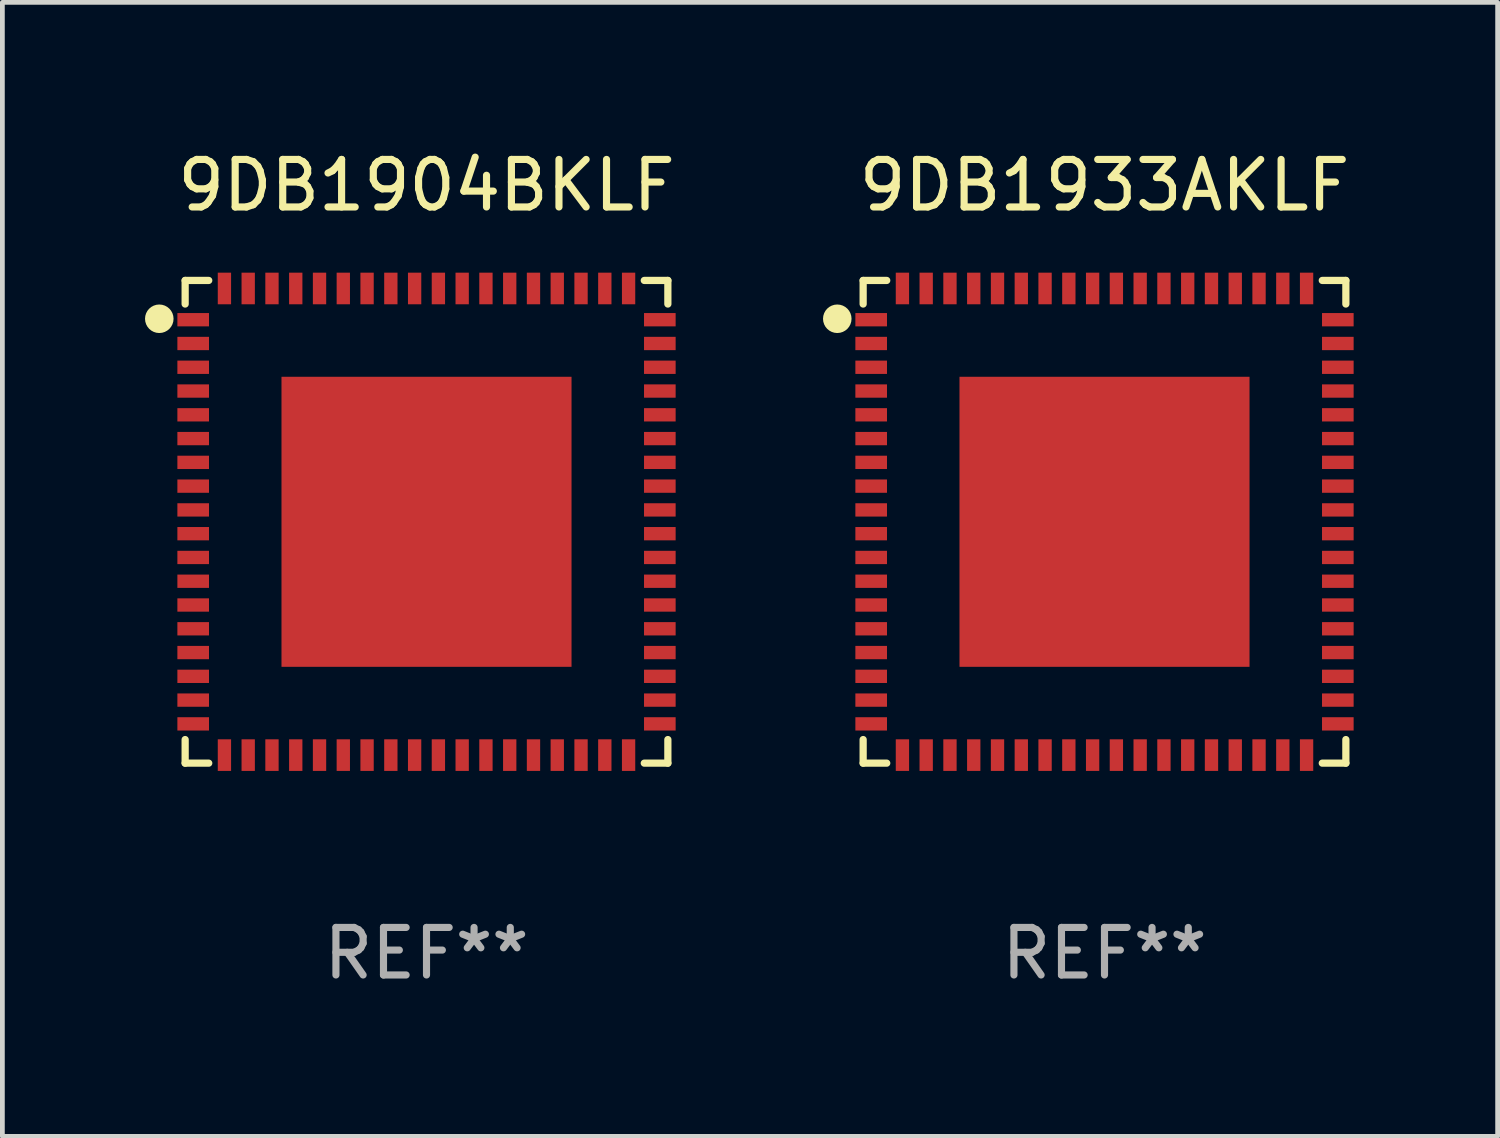
<source format=kicad_pcb>
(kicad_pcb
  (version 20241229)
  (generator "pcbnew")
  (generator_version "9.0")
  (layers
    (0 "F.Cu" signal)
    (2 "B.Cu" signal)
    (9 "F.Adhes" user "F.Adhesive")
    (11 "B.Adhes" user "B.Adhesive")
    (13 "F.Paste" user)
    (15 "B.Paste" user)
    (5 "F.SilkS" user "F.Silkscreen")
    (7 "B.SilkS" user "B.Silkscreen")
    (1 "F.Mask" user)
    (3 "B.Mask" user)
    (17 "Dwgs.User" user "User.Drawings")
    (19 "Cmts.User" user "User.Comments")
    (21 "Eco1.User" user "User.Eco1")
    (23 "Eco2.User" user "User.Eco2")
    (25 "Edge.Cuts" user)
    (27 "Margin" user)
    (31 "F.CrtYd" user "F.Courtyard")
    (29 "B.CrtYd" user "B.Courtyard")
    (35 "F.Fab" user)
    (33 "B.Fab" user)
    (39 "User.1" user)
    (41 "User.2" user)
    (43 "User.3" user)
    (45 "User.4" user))
  (footprint "9DB1933AKLF"
    (layer "F.Cu")
    (at 20.179 7.924)
    (property "Reference" "9DB1933AKLF" (at 0 -7.076 0) (layer "F.SilkS") (effects (font (size 1 1) (thickness 0.15))))
    (attr through_hole)
    (fp_line (start -5.076 -5.076) (end -5.076 -4.58) (stroke (width 0.152) (type solid)) (layer "F.SilkS"))
    (fp_line (start -5.076 5.076) (end -5.076 4.58) (stroke (width 0.152) (type solid)) (layer "F.SilkS"))
    (fp_line (start -4.58 -5.076) (end -5.076 -5.076) (stroke (width 0.152) (type solid)) (layer "F.SilkS"))
    (fp_line (start -4.58 5.076) (end -5.076 5.076) (stroke (width 0.152) (type solid)) (layer "F.SilkS"))
    (fp_line (start 4.58 -5.076) (end 5.076 -5.076) (stroke (width 0.152) (type solid)) (layer "F.SilkS"))
    (fp_line (start 4.58 5.076) (end 5.076 5.076) (stroke (width 0.152) (type solid)) (layer "F.SilkS"))
    (fp_line (start 5.076 -5.076) (end 5.076 -4.58) (stroke (width 0.152) (type solid)) (layer "F.SilkS"))
    (fp_line (start 5.076 5.076) (end 5.076 4.58) (stroke (width 0.152) (type solid)) (layer "F.SilkS"))
    (fp_circle (center -5.62 -4.27) (end -5.47 -4.27) (stroke (width 0.3) (type solid)) (fill no) (layer "F.SilkS"))
    (fp_text user "REF**" (at 0 9.076 0) (layer "F.Fab") (effects (font (size 1 1) (thickness 0.15))))
    (pad "1" smd rect (at -4.907 -4.25 270) (size 0.28 0.665) (layers "F.Cu" "F.Mask" "F.Paste"))
    (pad "2" smd rect (at -4.907 -3.75 270) (size 0.28 0.665) (layers "F.Cu" "F.Mask" "F.Paste"))
    (pad "3" smd rect (at -4.907 -3.25 270) (size 0.28 0.665) (layers "F.Cu" "F.Mask" "F.Paste"))
    (pad "4" smd rect (at -4.907 -2.75 270) (size 0.28 0.665) (layers "F.Cu" "F.Mask" "F.Paste"))
    (pad "5" smd rect (at -4.907 -2.25 270) (size 0.28 0.665) (layers "F.Cu" "F.Mask" "F.Paste"))
    (pad "6" smd rect (at -4.907 -1.75 270) (size 0.28 0.665) (layers "F.Cu" "F.Mask" "F.Paste"))
    (pad "7" smd rect (at -4.907 -1.25 270) (size 0.28 0.665) (layers "F.Cu" "F.Mask" "F.Paste"))
    (pad "8" smd rect (at -4.907 -0.75 270) (size 0.28 0.665) (layers "F.Cu" "F.Mask" "F.Paste"))
    (pad "9" smd rect (at -4.907 -0.25 270) (size 0.28 0.665) (layers "F.Cu" "F.Mask" "F.Paste"))
    (pad "10" smd rect (at -4.907 0.25 270) (size 0.28 0.665) (layers "F.Cu" "F.Mask" "F.Paste"))
    (pad "11" smd rect (at -4.907 0.75 270) (size 0.28 0.665) (layers "F.Cu" "F.Mask" "F.Paste"))
    (pad "12" smd rect (at -4.907 1.25 270) (size 0.28 0.665) (layers "F.Cu" "F.Mask" "F.Paste"))
    (pad "13" smd rect (at -4.907 1.75 270) (size 0.28 0.665) (layers "F.Cu" "F.Mask" "F.Paste"))
    (pad "14" smd rect (at -4.907 2.25 270) (size 0.28 0.665) (layers "F.Cu" "F.Mask" "F.Paste"))
    (pad "15" smd rect (at -4.907 2.75 270) (size 0.28 0.665) (layers "F.Cu" "F.Mask" "F.Paste"))
    (pad "16" smd rect (at -4.907 3.25 270) (size 0.28 0.665) (layers "F.Cu" "F.Mask" "F.Paste"))
    (pad "17" smd rect (at -4.907 3.75 270) (size 0.28 0.665) (layers "F.Cu" "F.Mask" "F.Paste"))
    (pad "18" smd rect (at -4.907 4.25 270) (size 0.28 0.665) (layers "F.Cu" "F.Mask" "F.Paste"))
    (pad "19" smd rect (at -4.25 4.907 270) (size 0.665 0.28) (layers "F.Cu" "F.Mask" "F.Paste"))
    (pad "20" smd rect (at -3.75 4.907 270) (size 0.665 0.28) (layers "F.Cu" "F.Mask" "F.Paste"))
    (pad "21" smd rect (at -3.25 4.907 270) (size 0.665 0.28) (layers "F.Cu" "F.Mask" "F.Paste"))
    (pad "22" smd rect (at -2.75 4.907 270) (size 0.665 0.28) (layers "F.Cu" "F.Mask" "F.Paste"))
    (pad "23" smd rect (at -2.25 4.907 270) (size 0.665 0.28) (layers "F.Cu" "F.Mask" "F.Paste"))
    (pad "24" smd rect (at -1.75 4.907 270) (size 0.665 0.28) (layers "F.Cu" "F.Mask" "F.Paste"))
    (pad "25" smd rect (at -1.25 4.907 270) (size 0.665 0.28) (layers "F.Cu" "F.Mask" "F.Paste"))
    (pad "26" smd rect (at -0.75 4.907 270) (size 0.665 0.28) (layers "F.Cu" "F.Mask" "F.Paste"))
    (pad "27" smd rect (at -0.25 4.907 270) (size 0.665 0.28) (layers "F.Cu" "F.Mask" "F.Paste"))
    (pad "28" smd rect (at 0.25 4.907 270) (size 0.665 0.28) (layers "F.Cu" "F.Mask" "F.Paste"))
    (pad "29" smd rect (at 0.75 4.907 270) (size 0.665 0.28) (layers "F.Cu" "F.Mask" "F.Paste"))
    (pad "30" smd rect (at 1.25 4.907 270) (size 0.665 0.28) (layers "F.Cu" "F.Mask" "F.Paste"))
    (pad "31" smd rect (at 1.75 4.907 270) (size 0.665 0.28) (layers "F.Cu" "F.Mask" "F.Paste"))
    (pad "32" smd rect (at 2.25 4.907 270) (size 0.665 0.28) (layers "F.Cu" "F.Mask" "F.Paste"))
    (pad "33" smd rect (at 2.75 4.907 270) (size 0.665 0.28) (layers "F.Cu" "F.Mask" "F.Paste"))
    (pad "34" smd rect (at 3.25 4.907 270) (size 0.665 0.28) (layers "F.Cu" "F.Mask" "F.Paste"))
    (pad "35" smd rect (at 3.75 4.907 270) (size 0.665 0.28) (layers "F.Cu" "F.Mask" "F.Paste"))
    (pad "36" smd rect (at 4.25 4.907 270) (size 0.665 0.28) (layers "F.Cu" "F.Mask" "F.Paste"))
    (pad "37" smd rect (at 4.907 4.25 270) (size 0.28 0.665) (layers "F.Cu" "F.Mask" "F.Paste"))
    (pad "38" smd rect (at 4.907 3.75 270) (size 0.28 0.665) (layers "F.Cu" "F.Mask" "F.Paste"))
    (pad "39" smd rect (at 4.907 3.25 270) (size 0.28 0.665) (layers "F.Cu" "F.Mask" "F.Paste"))
    (pad "40" smd rect (at 4.907 2.75 270) (size 0.28 0.665) (layers "F.Cu" "F.Mask" "F.Paste"))
    (pad "41" smd rect (at 4.907 2.25 270) (size 0.28 0.665) (layers "F.Cu" "F.Mask" "F.Paste"))
    (pad "42" smd rect (at 4.907 1.75 270) (size 0.28 0.665) (layers "F.Cu" "F.Mask" "F.Paste"))
    (pad "43" smd rect (at 4.907 1.25 270) (size 0.28 0.665) (layers "F.Cu" "F.Mask" "F.Paste"))
    (pad "44" smd rect (at 4.907 0.75 270) (size 0.28 0.665) (layers "F.Cu" "F.Mask" "F.Paste"))
    (pad "45" smd rect (at 4.907 0.25 270) (size 0.28 0.665) (layers "F.Cu" "F.Mask" "F.Paste"))
    (pad "46" smd rect (at 4.907 -0.25 270) (size 0.28 0.665) (layers "F.Cu" "F.Mask" "F.Paste"))
    (pad "47" smd rect (at 4.907 -0.75 270) (size 0.28 0.665) (layers "F.Cu" "F.Mask" "F.Paste"))
    (pad "48" smd rect (at 4.907 -1.25 270) (size 0.28 0.665) (layers "F.Cu" "F.Mask" "F.Paste"))
    (pad "49" smd rect (at 4.907 -1.75 270) (size 0.28 0.665) (layers "F.Cu" "F.Mask" "F.Paste"))
    (pad "50" smd rect (at 4.907 -2.25 270) (size 0.28 0.665) (layers "F.Cu" "F.Mask" "F.Paste"))
    (pad "51" smd rect (at 4.907 -2.75 270) (size 0.28 0.665) (layers "F.Cu" "F.Mask" "F.Paste"))
    (pad "52" smd rect (at 4.907 -3.25 270) (size 0.28 0.665) (layers "F.Cu" "F.Mask" "F.Paste"))
    (pad "53" smd rect (at 4.907 -3.75 270) (size 0.28 0.665) (layers "F.Cu" "F.Mask" "F.Paste"))
    (pad "54" smd rect (at 4.907 -4.25 270) (size 0.28 0.665) (layers "F.Cu" "F.Mask" "F.Paste"))
    (pad "55" smd rect (at 4.25 -4.907 270) (size 0.665 0.28) (layers "F.Cu" "F.Mask" "F.Paste"))
    (pad "56" smd rect (at 3.75 -4.907 270) (size 0.665 0.28) (layers "F.Cu" "F.Mask" "F.Paste"))
    (pad "57" smd rect (at 3.25 -4.907 270) (size 0.665 0.28) (layers "F.Cu" "F.Mask" "F.Paste"))
    (pad "58" smd rect (at 2.75 -4.907 270) (size 0.665 0.28) (layers "F.Cu" "F.Mask" "F.Paste"))
    (pad "59" smd rect (at 2.25 -4.907 270) (size 0.665 0.28) (layers "F.Cu" "F.Mask" "F.Paste"))
    (pad "60" smd rect (at 1.75 -4.907 270) (size 0.665 0.28) (layers "F.Cu" "F.Mask" "F.Paste"))
    (pad "61" smd rect (at 1.25 -4.907 270) (size 0.665 0.28) (layers "F.Cu" "F.Mask" "F.Paste"))
    (pad "62" smd rect (at 0.75 -4.907 270) (size 0.665 0.28) (layers "F.Cu" "F.Mask" "F.Paste"))
    (pad "63" smd rect (at 0.25 -4.907 270) (size 0.665 0.28) (layers "F.Cu" "F.Mask" "F.Paste"))
    (pad "64" smd rect (at -0.25 -4.907 270) (size 0.665 0.28) (layers "F.Cu" "F.Mask" "F.Paste"))
    (pad "65" smd rect (at -0.75 -4.907 270) (size 0.665 0.28) (layers "F.Cu" "F.Mask" "F.Paste"))
    (pad "66" smd rect (at -1.25 -4.907 270) (size 0.665 0.28) (layers "F.Cu" "F.Mask" "F.Paste"))
    (pad "67" smd rect (at -1.75 -4.907 270) (size 0.665 0.28) (layers "F.Cu" "F.Mask" "F.Paste"))
    (pad "68" smd rect (at -2.25 -4.907 270) (size 0.665 0.28) (layers "F.Cu" "F.Mask" "F.Paste"))
    (pad "69" smd rect (at -2.75 -4.907 270) (size 0.665 0.28) (layers "F.Cu" "F.Mask" "F.Paste"))
    (pad "70" smd rect (at -3.25 -4.907 270) (size 0.665 0.28) (layers "F.Cu" "F.Mask" "F.Paste"))
    (pad "71" smd rect (at -3.75 -4.907 270) (size 0.665 0.28) (layers "F.Cu" "F.Mask" "F.Paste"))
    (pad "72" smd rect (at -4.25 -4.907 270) (size 0.665 0.28) (layers "F.Cu" "F.Mask" "F.Paste"))
    (pad "73" smd rect (at 0.000127 0.000127 270) (size 6.1 6.1) (layers "F.Cu" "F.Mask" "F.Paste")))
  (footprint "9DB1904BKLF"
    (layer "F.Cu")
    (at 5.92 7.924)
    (property "Reference" "9DB1904BKLF" (at 0 -7.076 0) (layer "F.SilkS") (effects (font (size 1 1) (thickness 0.15))))
    (attr through_hole)
    (fp_line (start -5.076 -5.076) (end -5.076 -4.58) (stroke (width 0.152) (type solid)) (layer "F.SilkS"))
    (fp_line (start -5.076 5.076) (end -5.076 4.58) (stroke (width 0.152) (type solid)) (layer "F.SilkS"))
    (fp_line (start -4.58 -5.076) (end -5.076 -5.076) (stroke (width 0.152) (type solid)) (layer "F.SilkS"))
    (fp_line (start -4.58 5.076) (end -5.076 5.076) (stroke (width 0.152) (type solid)) (layer "F.SilkS"))
    (fp_line (start 4.58 -5.076) (end 5.076 -5.076) (stroke (width 0.152) (type solid)) (layer "F.SilkS"))
    (fp_line (start 4.58 5.076) (end 5.076 5.076) (stroke (width 0.152) (type solid)) (layer "F.SilkS"))
    (fp_line (start 5.076 -5.076) (end 5.076 -4.58) (stroke (width 0.152) (type solid)) (layer "F.SilkS"))
    (fp_line (start 5.076 5.076) (end 5.076 4.58) (stroke (width 0.152) (type solid)) (layer "F.SilkS"))
    (fp_circle (center -5.62 -4.27) (end -5.47 -4.27) (stroke (width 0.3) (type solid)) (fill no) (layer "F.SilkS"))
    (fp_text user "REF**" (at 0 9.076 0) (layer "F.Fab") (effects (font (size 1 1) (thickness 0.15))))
    (pad "1" smd rect (at -4.907 -4.25 270) (size 0.28 0.665) (layers "F.Cu" "F.Mask" "F.Paste"))
    (pad "2" smd rect (at -4.907 -3.75 270) (size 0.28 0.665) (layers "F.Cu" "F.Mask" "F.Paste"))
    (pad "3" smd rect (at -4.907 -3.25 270) (size 0.28 0.665) (layers "F.Cu" "F.Mask" "F.Paste"))
    (pad "4" smd rect (at -4.907 -2.75 270) (size 0.28 0.665) (layers "F.Cu" "F.Mask" "F.Paste"))
    (pad "5" smd rect (at -4.907 -2.25 270) (size 0.28 0.665) (layers "F.Cu" "F.Mask" "F.Paste"))
    (pad "6" smd rect (at -4.907 -1.75 270) (size 0.28 0.665) (layers "F.Cu" "F.Mask" "F.Paste"))
    (pad "7" smd rect (at -4.907 -1.25 270) (size 0.28 0.665) (layers "F.Cu" "F.Mask" "F.Paste"))
    (pad "8" smd rect (at -4.907 -0.75 270) (size 0.28 0.665) (layers "F.Cu" "F.Mask" "F.Paste"))
    (pad "9" smd rect (at -4.907 -0.25 270) (size 0.28 0.665) (layers "F.Cu" "F.Mask" "F.Paste"))
    (pad "10" smd rect (at -4.907 0.25 270) (size 0.28 0.665) (layers "F.Cu" "F.Mask" "F.Paste"))
    (pad "11" smd rect (at -4.907 0.75 270) (size 0.28 0.665) (layers "F.Cu" "F.Mask" "F.Paste"))
    (pad "12" smd rect (at -4.907 1.25 270) (size 0.28 0.665) (layers "F.Cu" "F.Mask" "F.Paste"))
    (pad "13" smd rect (at -4.907 1.75 270) (size 0.28 0.665) (layers "F.Cu" "F.Mask" "F.Paste"))
    (pad "14" smd rect (at -4.907 2.25 270) (size 0.28 0.665) (layers "F.Cu" "F.Mask" "F.Paste"))
    (pad "15" smd rect (at -4.907 2.75 270) (size 0.28 0.665) (layers "F.Cu" "F.Mask" "F.Paste"))
    (pad "16" smd rect (at -4.907 3.25 270) (size 0.28 0.665) (layers "F.Cu" "F.Mask" "F.Paste"))
    (pad "17" smd rect (at -4.907 3.75 270) (size 0.28 0.665) (layers "F.Cu" "F.Mask" "F.Paste"))
    (pad "18" smd rect (at -4.907 4.25 270) (size 0.28 0.665) (layers "F.Cu" "F.Mask" "F.Paste"))
    (pad "19" smd rect (at -4.25 4.907 270) (size 0.665 0.28) (layers "F.Cu" "F.Mask" "F.Paste"))
    (pad "20" smd rect (at -3.75 4.907 270) (size 0.665 0.28) (layers "F.Cu" "F.Mask" "F.Paste"))
    (pad "21" smd rect (at -3.25 4.907 270) (size 0.665 0.28) (layers "F.Cu" "F.Mask" "F.Paste"))
    (pad "22" smd rect (at -2.75 4.907 270) (size 0.665 0.28) (layers "F.Cu" "F.Mask" "F.Paste"))
    (pad "23" smd rect (at -2.25 4.907 270) (size 0.665 0.28) (layers "F.Cu" "F.Mask" "F.Paste"))
    (pad "24" smd rect (at -1.75 4.907 270) (size 0.665 0.28) (layers "F.Cu" "F.Mask" "F.Paste"))
    (pad "25" smd rect (at -1.25 4.907 270) (size 0.665 0.28) (layers "F.Cu" "F.Mask" "F.Paste"))
    (pad "26" smd rect (at -0.75 4.907 270) (size 0.665 0.28) (layers "F.Cu" "F.Mask" "F.Paste"))
    (pad "27" smd rect (at -0.25 4.907 270) (size 0.665 0.28) (layers "F.Cu" "F.Mask" "F.Paste"))
    (pad "28" smd rect (at 0.25 4.907 270) (size 0.665 0.28) (layers "F.Cu" "F.Mask" "F.Paste"))
    (pad "29" smd rect (at 0.75 4.907 270) (size 0.665 0.28) (layers "F.Cu" "F.Mask" "F.Paste"))
    (pad "30" smd rect (at 1.25 4.907 270) (size 0.665 0.28) (layers "F.Cu" "F.Mask" "F.Paste"))
    (pad "31" smd rect (at 1.75 4.907 270) (size 0.665 0.28) (layers "F.Cu" "F.Mask" "F.Paste"))
    (pad "32" smd rect (at 2.25 4.907 270) (size 0.665 0.28) (layers "F.Cu" "F.Mask" "F.Paste"))
    (pad "33" smd rect (at 2.75 4.907 270) (size 0.665 0.28) (layers "F.Cu" "F.Mask" "F.Paste"))
    (pad "34" smd rect (at 3.25 4.907 270) (size 0.665 0.28) (layers "F.Cu" "F.Mask" "F.Paste"))
    (pad "35" smd rect (at 3.75 4.907 270) (size 0.665 0.28) (layers "F.Cu" "F.Mask" "F.Paste"))
    (pad "36" smd rect (at 4.25 4.907 270) (size 0.665 0.28) (layers "F.Cu" "F.Mask" "F.Paste"))
    (pad "37" smd rect (at 4.907 4.25 270) (size 0.28 0.665) (layers "F.Cu" "F.Mask" "F.Paste"))
    (pad "38" smd rect (at 4.907 3.75 270) (size 0.28 0.665) (layers "F.Cu" "F.Mask" "F.Paste"))
    (pad "39" smd rect (at 4.907 3.25 270) (size 0.28 0.665) (layers "F.Cu" "F.Mask" "F.Paste"))
    (pad "40" smd rect (at 4.907 2.75 270) (size 0.28 0.665) (layers "F.Cu" "F.Mask" "F.Paste"))
    (pad "41" smd rect (at 4.907 2.25 270) (size 0.28 0.665) (layers "F.Cu" "F.Mask" "F.Paste"))
    (pad "42" smd rect (at 4.907 1.75 270) (size 0.28 0.665) (layers "F.Cu" "F.Mask" "F.Paste"))
    (pad "43" smd rect (at 4.907 1.25 270) (size 0.28 0.665) (layers "F.Cu" "F.Mask" "F.Paste"))
    (pad "44" smd rect (at 4.907 0.75 270) (size 0.28 0.665) (layers "F.Cu" "F.Mask" "F.Paste"))
    (pad "45" smd rect (at 4.907 0.25 270) (size 0.28 0.665) (layers "F.Cu" "F.Mask" "F.Paste"))
    (pad "46" smd rect (at 4.907 -0.25 270) (size 0.28 0.665) (layers "F.Cu" "F.Mask" "F.Paste"))
    (pad "47" smd rect (at 4.907 -0.75 270) (size 0.28 0.665) (layers "F.Cu" "F.Mask" "F.Paste"))
    (pad "48" smd rect (at 4.907 -1.25 270) (size 0.28 0.665) (layers "F.Cu" "F.Mask" "F.Paste"))
    (pad "49" smd rect (at 4.907 -1.75 270) (size 0.28 0.665) (layers "F.Cu" "F.Mask" "F.Paste"))
    (pad "50" smd rect (at 4.907 -2.25 270) (size 0.28 0.665) (layers "F.Cu" "F.Mask" "F.Paste"))
    (pad "51" smd rect (at 4.907 -2.75 270) (size 0.28 0.665) (layers "F.Cu" "F.Mask" "F.Paste"))
    (pad "52" smd rect (at 4.907 -3.25 270) (size 0.28 0.665) (layers "F.Cu" "F.Mask" "F.Paste"))
    (pad "53" smd rect (at 4.907 -3.75 270) (size 0.28 0.665) (layers "F.Cu" "F.Mask" "F.Paste"))
    (pad "54" smd rect (at 4.907 -4.25 270) (size 0.28 0.665) (layers "F.Cu" "F.Mask" "F.Paste"))
    (pad "55" smd rect (at 4.25 -4.907 270) (size 0.665 0.28) (layers "F.Cu" "F.Mask" "F.Paste"))
    (pad "56" smd rect (at 3.75 -4.907 270) (size 0.665 0.28) (layers "F.Cu" "F.Mask" "F.Paste"))
    (pad "57" smd rect (at 3.25 -4.907 270) (size 0.665 0.28) (layers "F.Cu" "F.Mask" "F.Paste"))
    (pad "58" smd rect (at 2.75 -4.907 270) (size 0.665 0.28) (layers "F.Cu" "F.Mask" "F.Paste"))
    (pad "59" smd rect (at 2.25 -4.907 270) (size 0.665 0.28) (layers "F.Cu" "F.Mask" "F.Paste"))
    (pad "60" smd rect (at 1.75 -4.907 270) (size 0.665 0.28) (layers "F.Cu" "F.Mask" "F.Paste"))
    (pad "61" smd rect (at 1.25 -4.907 270) (size 0.665 0.28) (layers "F.Cu" "F.Mask" "F.Paste"))
    (pad "62" smd rect (at 0.75 -4.907 270) (size 0.665 0.28) (layers "F.Cu" "F.Mask" "F.Paste"))
    (pad "63" smd rect (at 0.25 -4.907 270) (size 0.665 0.28) (layers "F.Cu" "F.Mask" "F.Paste"))
    (pad "64" smd rect (at -0.25 -4.907 270) (size 0.665 0.28) (layers "F.Cu" "F.Mask" "F.Paste"))
    (pad "65" smd rect (at -0.75 -4.907 270) (size 0.665 0.28) (layers "F.Cu" "F.Mask" "F.Paste"))
    (pad "66" smd rect (at -1.25 -4.907 270) (size 0.665 0.28) (layers "F.Cu" "F.Mask" "F.Paste"))
    (pad "67" smd rect (at -1.75 -4.907 270) (size 0.665 0.28) (layers "F.Cu" "F.Mask" "F.Paste"))
    (pad "68" smd rect (at -2.25 -4.907 270) (size 0.665 0.28) (layers "F.Cu" "F.Mask" "F.Paste"))
    (pad "69" smd rect (at -2.75 -4.907 270) (size 0.665 0.28) (layers "F.Cu" "F.Mask" "F.Paste"))
    (pad "70" smd rect (at -3.25 -4.907 270) (size 0.665 0.28) (layers "F.Cu" "F.Mask" "F.Paste"))
    (pad "71" smd rect (at -3.75 -4.907 270) (size 0.665 0.28) (layers "F.Cu" "F.Mask" "F.Paste"))
    (pad "72" smd rect (at -4.25 -4.907 270) (size 0.665 0.28) (layers "F.Cu" "F.Mask" "F.Paste"))
    (pad "73" smd rect (at 0.000127 0.000127 270) (size 6.1 6.1) (layers "F.Cu" "F.Mask" "F.Paste")))
  (gr_rect
    (start -3 -3)
    (end 28.447 20.849)
    (stroke (width 0.1) (type default))
    (fill no)
    (layer "Edge.Cuts")))
</source>
